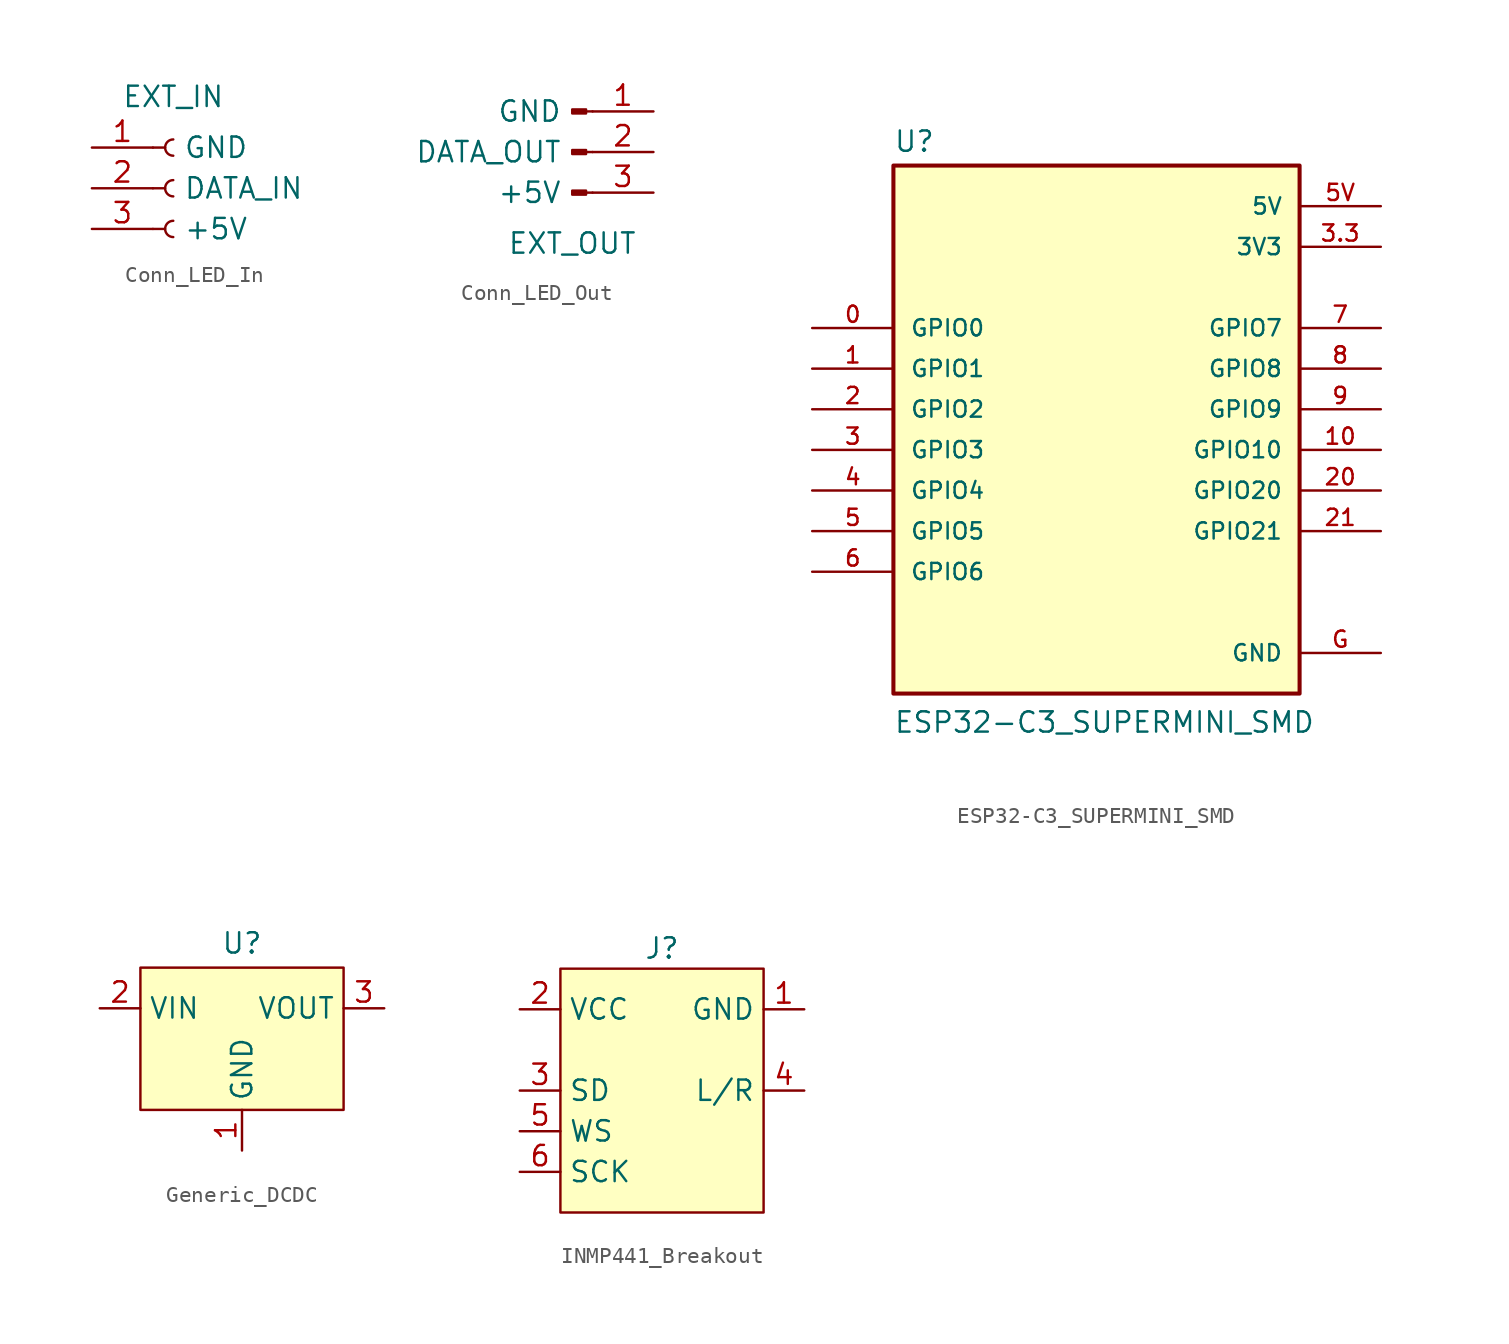
<source format=kicad_sym>
(kicad_symbol_lib
  (version 20241209)
  (generator "kicad_symbol_editor")
  (generator_version "9.0")
  (symbol "Conn_LED_In"
    (pin_names
      (offset 1.905))
    (property "Reference" "J1"
      (at 0 5.715 0)
      (effects (font (size 1.27 1.27)) (hide yes)))
    (property "Value" "EXT_IN"
      (at 0 5.715 0)
      (effects (font (size 1.27 1.27))))
    (symbol "Conn_LED_In_1_1"
      (polyline (pts (xy -1.27 2.54) (xy -0.508 2.54)) (stroke (width 0.152) (type default)) (fill (type none)))
      (polyline (pts (xy -1.27 0) (xy -0.508 0)) (stroke (width 0.152) (type default)) (fill (type none)))
      (polyline (pts (xy -1.27 -2.54) (xy -0.508 -2.54)) (stroke (width 0.152) (type default)) (fill (type none)))
      (arc (start 0 2.032) (mid -0.5058 2.54) (end 0 3.048) (stroke (width 0.1524) (type default)) (fill (type none)))
      (arc (start 0 -0.508) (mid -0.5058 0) (end 0 0.508) (stroke (width 0.1524) (type default)) (fill (type none)))
      (arc (start 0 -3.048) (mid -0.5058 -2.54) (end 0 -2.032) (stroke (width 0.1524) (type default)) (fill (type none)))
      (pin passive line (at -5.08 2.54 0) (length 3.81) (name "GND" (effects (font (size 1.27 1.27)))) (number "1" (effects (font (size 1.27 1.27)))))
      (pin passive line (at -5.08 0 0) (length 3.81) (name "DATA_IN" (effects (font (size 1.27 1.27)))) (number "2" (effects (font (size 1.27 1.27)))))
      (pin passive line (at -5.08 -2.54 0) (length 3.81) (name "+5V" (effects (font (size 1.27 1.27)))) (number "3" (effects (font (size 1.27 1.27)))))))
  (symbol "Conn_LED_Out"
    (pin_names
      (offset 1.905))
    (property "Reference" "J2"
      (at 0 -5.715 0)
      (effects (font (size 1.27 1.27)) (hide yes)))
    (property "Value" "EXT_OUT"
      (at 0 -5.715 0)
      (effects (font (size 1.27 1.27))))
    (symbol "Conn_LED_Out_1_1"
      (rectangle (start 0.864 2.667) (end 0 2.413) (stroke (width 0.152) (type default)) (fill (type outline)))
      (rectangle (start 0.864 0.127) (end 0 -0.127) (stroke (width 0.152) (type default)) (fill (type outline)))
      (rectangle (start 0.864 -2.413) (end 0 -2.667) (stroke (width 0.152) (type default)) (fill (type outline)))
      (polyline (pts (xy 1.27 2.54) (xy 0.864 2.54)) (stroke (width 0.152) (type default)) (fill (type none)))
      (polyline (pts (xy 1.27 0) (xy 0.864 0)) (stroke (width 0.152) (type default)) (fill (type none)))
      (polyline (pts (xy 1.27 -2.54) (xy 0.864 -2.54)) (stroke (width 0.152) (type default)) (fill (type none)))
      (pin passive line (at 5.08 2.54 180) (length 3.81) (name "GND" (effects (font (size 1.27 1.27)))) (number "1" (effects (font (size 1.27 1.27)))))
      (pin passive line (at 5.08 0 180) (length 3.81) (name "DATA_OUT" (effects (font (size 1.27 1.27)))) (number "2" (effects (font (size 1.27 1.27)))))
      (pin passive line (at 5.08 -2.54 180) (length 3.81) (name "+5V" (effects (font (size 1.27 1.27)))) (number "3" (effects (font (size 1.27 1.27)))))))
  (symbol "ESP32-C3_SUPERMINI_SMD"
    (pin_names
      (offset 1.016))
    (property "Reference" "U"
      (at -12.7 16.002 0)
      (effects (font (size 1.27 1.27)) (justify left bottom)))
    (property "Value" "ESP32-C3_SUPERMINI_SMD"
      (at -12.7 -20.32 0)
      (effects (font (size 1.27 1.27)) (justify left bottom)))
    (symbol "ESP32-C3_SUPERMINI_SMD_0_0"
      (rectangle (start -12.7 15.24) (end 12.7 -17.78) (stroke (width 0.254) (type default)) (fill (type background)))
      (pin bidirectional line (at -17.78 5.08 0) (length 5.08) (name "GPIO0" (effects (font (size 1.016 1.016)))) (number "0" (effects (font (size 1.016 1.016)))))
      (pin bidirectional line (at -17.78 2.54 0) (length 5.08) (name "GPIO1" (effects (font (size 1.016 1.016)))) (number "1" (effects (font (size 1.016 1.016)))))
      (pin bidirectional line (at -17.78 0 0) (length 5.08) (name "GPIO2" (effects (font (size 1.016 1.016)))) (number "2" (effects (font (size 1.016 1.016)))))
      (pin bidirectional line (at -17.78 -2.54 0) (length 5.08) (name "GPIO3" (effects (font (size 1.016 1.016)))) (number "3" (effects (font (size 1.016 1.016)))))
      (pin bidirectional line (at -17.78 -5.08 0) (length 5.08) (name "GPIO4" (effects (font (size 1.016 1.016)))) (number "4" (effects (font (size 1.016 1.016)))))
      (pin bidirectional line (at -17.78 -7.62 0) (length 5.08) (name "GPIO5" (effects (font (size 1.016 1.016)))) (number "5" (effects (font (size 1.016 1.016)))))
      (pin bidirectional line (at -17.78 -10.16 0) (length 5.08) (name "GPIO6" (effects (font (size 1.016 1.016)))) (number "6" (effects (font (size 1.016 1.016)))))
      (pin power_in line (at 17.78 12.7 180) (length 5.08) (name "5V" (effects (font (size 1.016 1.016)))) (number "5V" (effects (font (size 1.016 1.016)))))
      (pin power_in line (at 17.78 10.16 180) (length 5.08) (name "3V3" (effects (font (size 1.016 1.016)))) (number "3.3" (effects (font (size 1.016 1.016)))))
      (pin bidirectional line (at 17.78 5.08 180) (length 5.08) (name "GPIO7" (effects (font (size 1.016 1.016)))) (number "7" (effects (font (size 1.016 1.016)))))
      (pin bidirectional line (at 17.78 2.54 180) (length 5.08) (name "GPIO8" (effects (font (size 1.016 1.016)))) (number "8" (effects (font (size 1.016 1.016)))))
      (pin bidirectional line (at 17.78 0 180) (length 5.08) (name "GPIO9" (effects (font (size 1.016 1.016)))) (number "9" (effects (font (size 1.016 1.016)))))
      (pin bidirectional line (at 17.78 -2.54 180) (length 5.08) (name "GPIO10" (effects (font (size 1.016 1.016)))) (number "10" (effects (font (size 1.016 1.016)))))
      (pin bidirectional line (at 17.78 -5.08 180) (length 5.08) (name "GPIO20" (effects (font (size 1.016 1.016)))) (number "20" (effects (font (size 1.016 1.016)))))
      (pin bidirectional line (at 17.78 -7.62 180) (length 5.08) (name "GPIO21" (effects (font (size 1.016 1.016)))) (number "21" (effects (font (size 1.016 1.016)))))
      (pin power_in line (at 17.78 -15.24 180) (length 5.08) (name "GND" (effects (font (size 1.016 1.016)))) (number "G" (effects (font (size 1.016 1.016)))))))
  (symbol "Generic_DCDC"
    (property "Reference" "U"
      (at 0 2.794 0)
      (effects (font (size 1.27 1.27))))
    (property "Value" ""
      (at 0 0 0)
      (effects (font (size 1.27 1.27))))
    (symbol "Generic_DCDC_1_1"
      (rectangle (start -6.35 1.27) (end 6.35 -7.62) (stroke (width 0) (type solid)) (fill (type background)))
      (pin passive line (at -8.89 -1.27 0) (length 2.54) (name "VIN" (effects (font (size 1.27 1.27)))) (number "2" (effects (font (size 1.27 1.27)))))
      (pin passive line (at 0 -10.16 90) (length 2.54) (name "GND" (effects (font (size 1.27 1.27)))) (number "1" (effects (font (size 1.27 1.27)))))
      (pin passive line (at 8.89 -1.27 180) (length 2.54) (name "VOUT" (effects (font (size 1.27 1.27)))) (number "3" (effects (font (size 1.27 1.27)))))))
  (symbol "INMP441_Breakout"
    (property "Reference" "J"
      (at 6.35 1.27 0)
      (effects (font (size 1.27 1.27))))
    (property "Value" ""
      (at 0 0 0)
      (effects (font (size 1.27 1.27))))
    (symbol "INMP441_Breakout_1_1"
      (rectangle (start 0 0) (end 12.7 -15.24) (stroke (width 0) (type solid)) (fill (type background)))
      (pin power_in line (at -2.54 -2.54 0) (length 2.54) (name "VCC" (effects (font (size 1.27 1.27)))) (number "2" (effects (font (size 1.27 1.27)))))
      (pin passive line (at -2.54 -7.62 0) (length 2.54) (name "SD" (effects (font (size 1.27 1.27)))) (number "3" (effects (font (size 1.27 1.27)))))
      (pin passive line (at -2.54 -10.16 0) (length 2.54) (name "WS" (effects (font (size 1.27 1.27)))) (number "5" (effects (font (size 1.27 1.27)))))
      (pin passive line (at -2.54 -12.7 0) (length 2.54) (name "SCK" (effects (font (size 1.27 1.27)))) (number "6" (effects (font (size 1.27 1.27)))))
      (pin power_in line (at 15.24 -2.54 180) (length 2.54) (name "GND" (effects (font (size 1.27 1.27)))) (number "1" (effects (font (size 1.27 1.27)))))
      (pin passive line (at 15.24 -7.62 180) (length 2.54) (name "L/R" (effects (font (size 1.27 1.27)))) (number "4" (effects (font (size 1.27 1.27))))))))
</source>
